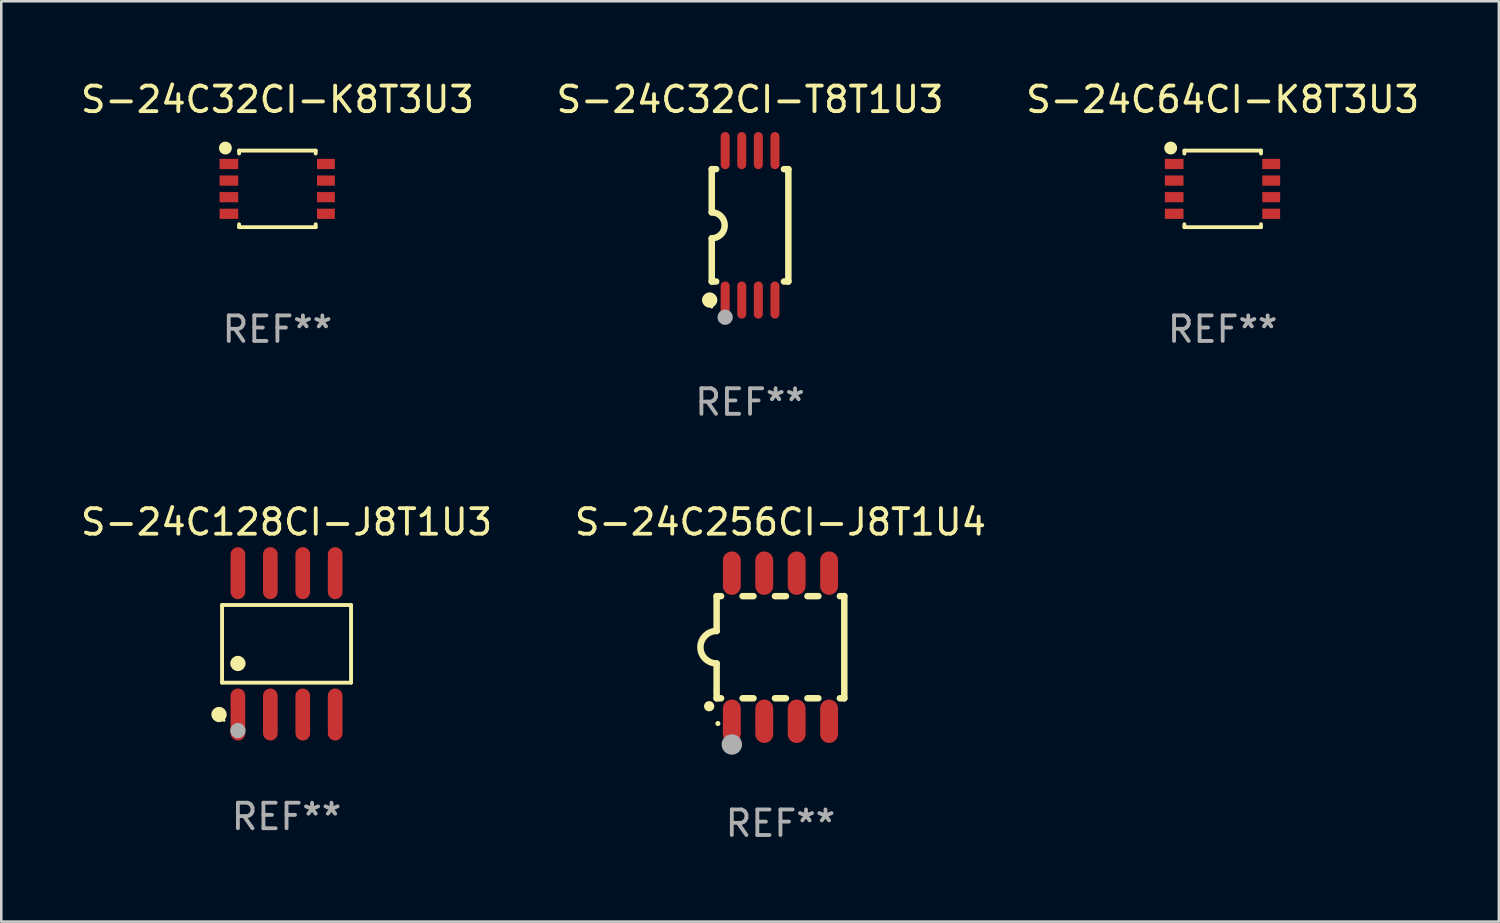
<source format=kicad_pcb>
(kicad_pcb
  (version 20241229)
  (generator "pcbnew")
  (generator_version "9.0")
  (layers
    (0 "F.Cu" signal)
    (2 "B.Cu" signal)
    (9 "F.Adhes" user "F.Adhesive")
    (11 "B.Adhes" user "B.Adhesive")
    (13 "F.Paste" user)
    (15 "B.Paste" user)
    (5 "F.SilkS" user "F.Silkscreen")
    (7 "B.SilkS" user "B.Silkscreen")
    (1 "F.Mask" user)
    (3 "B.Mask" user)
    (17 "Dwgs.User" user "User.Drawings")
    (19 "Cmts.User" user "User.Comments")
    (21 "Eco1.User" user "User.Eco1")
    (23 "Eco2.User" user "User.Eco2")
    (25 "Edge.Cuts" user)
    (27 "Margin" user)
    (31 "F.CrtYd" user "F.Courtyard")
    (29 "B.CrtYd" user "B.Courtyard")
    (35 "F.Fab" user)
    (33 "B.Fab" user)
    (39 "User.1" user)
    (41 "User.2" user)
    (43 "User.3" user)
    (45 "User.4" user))
  (footprint "S-24C128CI-J8T1U3"
    (layer "F.Cu")
    (at 8.173 22.167)
    (property "Reference" "S-24C128CI-J8T1U3" (at 0 -4.768 0) (layer "F.SilkS") (effects (font (size 1 1) (thickness 0.15))))
    (attr through_hole)
    (fp_line (start -2.526 -1.521) (end 2.526 -1.521) (stroke (width 0.152) (type solid)) (layer "F.SilkS"))
    (fp_line (start -2.526 1.521) (end -2.526 -1.521) (stroke (width 0.152) (type solid)) (layer "F.SilkS"))
    (fp_line (start 2.526 -1.521) (end 2.526 1.521) (stroke (width 0.152) (type solid)) (layer "F.SilkS"))
    (fp_line (start 2.526 1.521) (end -2.526 1.521) (stroke (width 0.152) (type solid)) (layer "F.SilkS"))
    (fp_circle (center -2.644 2.768) (end -2.494 2.768) (stroke (width 0.3) (type solid)) (fill no) (layer "F.SilkS"))
    (fp_circle (center -2.45 2.998) (end -2.42 2.998) (stroke (width 0.06) (type solid)) (fill no) (layer "F.SilkS"))
    (fp_circle (center -1.905 0.769) (end -1.755 0.769) (stroke (width 0.3) (type solid)) (fill no) (layer "F.SilkS"))
    (fp_circle (center -1.905 3.398) (end -1.755 3.398) (stroke (width 0.3) (type solid)) (fill no) (layer "F.Fab"))
    (fp_text user "REF**" (at 0 6.768 0) (layer "F.Fab") (effects (font (size 1 1) (thickness 0.15))))
    (pad "1" smd oval (at -1.905 2.768) (size 0.574 2.036) (layers "F.Cu" "F.Mask" "F.Paste"))
    (pad "2" smd oval (at -0.635 2.768) (size 0.574 2.036) (layers "F.Cu" "F.Mask" "F.Paste"))
    (pad "3" smd oval (at 0.635 2.768) (size 0.574 2.036) (layers "F.Cu" "F.Mask" "F.Paste"))
    (pad "4" smd oval (at 1.905 2.768) (size 0.574 2.036) (layers "F.Cu" "F.Mask" "F.Paste"))
    (pad "5" smd oval (at 1.905 -2.768) (size 0.574 2.036) (layers "F.Cu" "F.Mask" "F.Paste"))
    (pad "6" smd oval (at 0.635 -2.768) (size 0.574 2.036) (layers "F.Cu" "F.Mask" "F.Paste"))
    (pad "7" smd oval (at -0.635 -2.768) (size 0.574 2.036) (layers "F.Cu" "F.Mask" "F.Paste"))
    (pad "8" smd oval (at -1.905 -2.768) (size 0.574 2.036) (layers "F.Cu" "F.Mask" "F.Paste")))
  (footprint "S-24C32CI-K8T3U3"
    (layer "F.Cu")
    (at 7.815 4.348)
    (property "Reference" "S-24C32CI-K8T3U3" (at 0 -3.5 0) (layer "F.SilkS") (effects (font (size 1 1) (thickness 0.15))))
    (attr through_hole)
    (fp_line (start -1.5 -1.5) (end 1.5 -1.5) (stroke (width 0.15) (type solid)) (layer "F.SilkS"))
    (fp_line (start -1.5 -1.385) (end -1.5 -1.5) (stroke (width 0.15) (type solid)) (layer "F.SilkS"))
    (fp_line (start -1.5 1.5) (end -1.5 1.385) (stroke (width 0.15) (type solid)) (layer "F.SilkS"))
    (fp_line (start 1.5 -1.5) (end 1.5 -1.385) (stroke (width 0.15) (type solid)) (layer "F.SilkS"))
    (fp_line (start 1.5 1.385) (end 1.5 1.5) (stroke (width 0.15) (type solid)) (layer "F.SilkS"))
    (fp_line (start 1.5 1.5) (end -1.5 1.5) (stroke (width 0.15) (type solid)) (layer "F.SilkS"))
    (fp_circle (center -2.037 -1.6) (end -1.91 -1.6) (stroke (width 0.254) (type solid)) (fill no) (layer "F.SilkS"))
    (fp_text user "REF**" (at 0 5.5 0) (layer "F.Fab") (effects (font (size 1 1) (thickness 0.15))))
    (pad "1" smd rect (at -1.9 -0.975 180) (size 0.73 0.4) (layers "F.Cu" "F.Mask" "F.Paste"))
    (pad "2" smd rect (at -1.9 -0.325 180) (size 0.73 0.4) (layers "F.Cu" "F.Mask" "F.Paste"))
    (pad "3" smd rect (at -1.9 0.325 180) (size 0.73 0.4) (layers "F.Cu" "F.Mask" "F.Paste"))
    (pad "4" smd rect (at -1.9 0.975 180) (size 0.73 0.4) (layers "F.Cu" "F.Mask" "F.Paste"))
    (pad "5" smd rect (at 1.9 0.975 180) (size 0.7 0.4) (layers "F.Cu" "F.Mask" "F.Paste"))
    (pad "6" smd rect (at 1.9 0.325 180) (size 0.7 0.4) (layers "F.Cu" "F.Mask" "F.Paste"))
    (pad "7" smd rect (at 1.9 -0.325 180) (size 0.7 0.4) (layers "F.Cu" "F.Mask" "F.Paste"))
    (pad "8" smd rect (at 1.9 -0.975 180) (size 0.7 0.4) (layers "F.Cu" "F.Mask" "F.Paste")))
  (footprint "S-24C32CI-T8T1U3"
    (layer "F.Cu")
    (at 26.327 5.775)
    (property "Reference" "S-24C32CI-T8T1U3" (at 0 -4.927 0) (layer "F.SilkS") (effects (font (size 1 1) (thickness 0.15))))
    (attr through_hole)
    (fp_line (start -1.5 -2.2) (end -1.5 -0.508) (stroke (width 0.254) (type solid)) (layer "F.SilkS"))
    (fp_line (start -1.5 -2.2) (end -1.328 -2.2) (stroke (width 0.254) (type solid)) (layer "F.SilkS"))
    (fp_line (start -1.5 2.2) (end -1.5 0.508) (stroke (width 0.254) (type solid)) (layer "F.SilkS"))
    (fp_line (start -1.5 2.2) (end -1.328 2.2) (stroke (width 0.254) (type solid)) (layer "F.SilkS"))
    (fp_line (start 1.328 -2.2) (end 1.5 -2.2) (stroke (width 0.254) (type solid)) (layer "F.SilkS"))
    (fp_line (start 1.328 2.2) (end 1.5 2.2) (stroke (width 0.254) (type solid)) (layer "F.SilkS"))
    (fp_line (start 1.5 -2.2) (end 1.5 2.2) (stroke (width 0.254) (type solid)) (layer "F.SilkS"))
    (fp_arc (start -1.501144 -0.508) (mid -0.993143 -0.000571) (end -1.5 0.508001) (stroke (width 0.254001) (type solid)) (layer "F.SilkS"))
    (fp_circle (center -1.581 2.927) (end -1.431 2.927) (stroke (width 0.3) (type solid)) (fill no) (layer "F.SilkS"))
    (fp_circle (center -1.5 3.2) (end -1.47 3.2) (stroke (width 0.06) (type solid)) (fill no) (layer "F.SilkS"))
    (fp_circle (center -0.975 3.6) (end -0.825 3.6) (stroke (width 0.3) (type solid)) (fill no) (layer "F.Fab"))
    (fp_text user "REF**" (at 0 6.927 0) (layer "F.Fab") (effects (font (size 1 1) (thickness 0.15))))
    (pad "1" smd oval (at -0.975 2.927) (size 0.353 1.454) (layers "F.Cu" "F.Mask" "F.Paste"))
    (pad "2" smd oval (at -0.325 2.927) (size 0.353 1.454) (layers "F.Cu" "F.Mask" "F.Paste"))
    (pad "3" smd oval (at 0.325 2.927) (size 0.353 1.454) (layers "F.Cu" "F.Mask" "F.Paste"))
    (pad "4" smd oval (at 0.975 2.927) (size 0.353 1.454) (layers "F.Cu" "F.Mask" "F.Paste"))
    (pad "5" smd oval (at 0.975 -2.927) (size 0.353 1.454) (layers "F.Cu" "F.Mask" "F.Paste"))
    (pad "6" smd oval (at 0.325 -2.927) (size 0.353 1.454) (layers "F.Cu" "F.Mask" "F.Paste"))
    (pad "7" smd oval (at -0.325 -2.927) (size 0.353 1.454) (layers "F.Cu" "F.Mask" "F.Paste"))
    (pad "8" smd oval (at -0.975 -2.927) (size 0.353 1.454) (layers "F.Cu" "F.Mask" "F.Paste")))
  (footprint "S-24C256CI-J8T1U4"
    (layer "F.Cu")
    (at 27.518 22.299)
    (property "Reference" "S-24C256CI-J8T1U4" (at 0 -4.9 0) (layer "F.SilkS") (effects (font (size 1 1) (thickness 0.15))))
    (attr through_hole)
    (fp_line (start -2.5 -2) (end -2.5 -0.635) (stroke (width 0.254) (type solid)) (layer "F.SilkS"))
    (fp_line (start -2.5 -2) (end -2.326 -2) (stroke (width 0.254) (type solid)) (layer "F.SilkS"))
    (fp_line (start -2.5 2) (end -2.5 0.635) (stroke (width 0.254) (type solid)) (layer "F.SilkS"))
    (fp_line (start -2.5 2) (end -2.326 2) (stroke (width 0.254) (type solid)) (layer "F.SilkS"))
    (fp_line (start -1.484 -2) (end -1.056 -2) (stroke (width 0.254) (type solid)) (layer "F.SilkS"))
    (fp_line (start -1.484 2) (end -1.056 2) (stroke (width 0.254) (type solid)) (layer "F.SilkS"))
    (fp_line (start -0.214 -2) (end 0.214 -2) (stroke (width 0.254) (type solid)) (layer "F.SilkS"))
    (fp_line (start -0.214 2) (end 0.214 2) (stroke (width 0.254) (type solid)) (layer "F.SilkS"))
    (fp_line (start 1.056 -2) (end 1.484 -2) (stroke (width 0.254) (type solid)) (layer "F.SilkS"))
    (fp_line (start 1.056 2) (end 1.484 2) (stroke (width 0.254) (type solid)) (layer "F.SilkS"))
    (fp_line (start 2.326 -2) (end 2.5 -2) (stroke (width 0.254) (type solid)) (layer "F.SilkS"))
    (fp_line (start 2.326 2) (end 2.5 2) (stroke (width 0.254) (type solid)) (layer "F.SilkS"))
    (fp_line (start 2.5 -2) (end 2.5 2) (stroke (width 0.254) (type solid)) (layer "F.SilkS"))
    (fp_arc (start -2.794006 2.311405) (mid -2.792736 2.311401) (end -2.791466 2.311405) (stroke (width 0.4) (type solid)) (layer "F.SilkS"))
    (fp_arc (start -2.5 0.635001) (mid -3.134366 -0.000318) (end -2.499365 -0.635001) (stroke (width 0.254001) (type solid)) (layer "F.SilkS"))
    (fp_circle (center -2.45 2.99) (end -2.4 2.99) (stroke (width 0.1) (type solid)) (fill no) (layer "F.SilkS"))
    (fp_circle (center -1.905 3.81) (end -1.705 3.81) (stroke (width 0.4) (type solid)) (fill no) (layer "F.Fab"))
    (fp_text user "REF**" (at 0 6.9 0) (layer "F.Fab") (effects (font (size 1 1) (thickness 0.15))))
    (pad "1" smd oval (at -1.905 2.9 180) (size 0.7 1.7) (layers "F.Cu" "F.Mask" "F.Paste"))
    (pad "2" smd oval (at -0.635 2.9 180) (size 0.7 1.7) (layers "F.Cu" "F.Mask" "F.Paste"))
    (pad "3" smd oval (at 0.635 2.9 180) (size 0.7 1.7) (layers "F.Cu" "F.Mask" "F.Paste"))
    (pad "4" smd oval (at 1.905 2.9 180) (size 0.7 1.7) (layers "F.Cu" "F.Mask" "F.Paste"))
    (pad "5" smd oval (at 1.905 -2.9 180) (size 0.7 1.7) (layers "F.Cu" "F.Mask" "F.Paste"))
    (pad "6" smd oval (at 0.635 -2.9 180) (size 0.7 1.7) (layers "F.Cu" "F.Mask" "F.Paste"))
    (pad "7" smd oval (at -0.635 -2.9 180) (size 0.7 1.7) (layers "F.Cu" "F.Mask" "F.Paste"))
    (pad "8" smd oval (at -1.905 -2.9 180) (size 0.7 1.7) (layers "F.Cu" "F.Mask" "F.Paste")))
  (footprint "S-24C64CI-K8T3U3"
    (layer "F.Cu")
    (at 44.839 4.348)
    (property "Reference" "S-24C64CI-K8T3U3" (at 0 -3.5 0) (layer "F.SilkS") (effects (font (size 1 1) (thickness 0.15))))
    (attr through_hole)
    (fp_line (start -1.5 -1.5) (end 1.5 -1.5) (stroke (width 0.15) (type solid)) (layer "F.SilkS"))
    (fp_line (start -1.5 -1.385) (end -1.5 -1.5) (stroke (width 0.15) (type solid)) (layer "F.SilkS"))
    (fp_line (start -1.5 1.5) (end -1.5 1.385) (stroke (width 0.15) (type solid)) (layer "F.SilkS"))
    (fp_line (start 1.5 -1.5) (end 1.5 -1.385) (stroke (width 0.15) (type solid)) (layer "F.SilkS"))
    (fp_line (start 1.5 1.385) (end 1.5 1.5) (stroke (width 0.15) (type solid)) (layer "F.SilkS"))
    (fp_line (start 1.5 1.5) (end -1.5 1.5) (stroke (width 0.15) (type solid)) (layer "F.SilkS"))
    (fp_circle (center -2.037 -1.6) (end -1.91 -1.6) (stroke (width 0.254) (type solid)) (fill no) (layer "F.SilkS"))
    (fp_text user "REF**" (at 0 5.5 0) (layer "F.Fab") (effects (font (size 1 1) (thickness 0.15))))
    (pad "1" smd rect (at -1.9 -0.975 180) (size 0.73 0.4) (layers "F.Cu" "F.Mask" "F.Paste"))
    (pad "2" smd rect (at -1.9 -0.325 180) (size 0.73 0.4) (layers "F.Cu" "F.Mask" "F.Paste"))
    (pad "3" smd rect (at -1.9 0.325 180) (size 0.73 0.4) (layers "F.Cu" "F.Mask" "F.Paste"))
    (pad "4" smd rect (at -1.9 0.975 180) (size 0.73 0.4) (layers "F.Cu" "F.Mask" "F.Paste"))
    (pad "5" smd rect (at 1.9 0.975 180) (size 0.7 0.4) (layers "F.Cu" "F.Mask" "F.Paste"))
    (pad "6" smd rect (at 1.9 0.325 180) (size 0.7 0.4) (layers "F.Cu" "F.Mask" "F.Paste"))
    (pad "7" smd rect (at 1.9 -0.325 180) (size 0.7 0.4) (layers "F.Cu" "F.Mask" "F.Paste"))
    (pad "8" smd rect (at 1.9 -0.975 180) (size 0.7 0.4) (layers "F.Cu" "F.Mask" "F.Paste")))
  (gr_rect
    (start -3 -3)
    (end 55.655 33.047)
    (stroke (width 0.1) (type default))
    (fill no)
    (layer "Edge.Cuts")))
</source>
